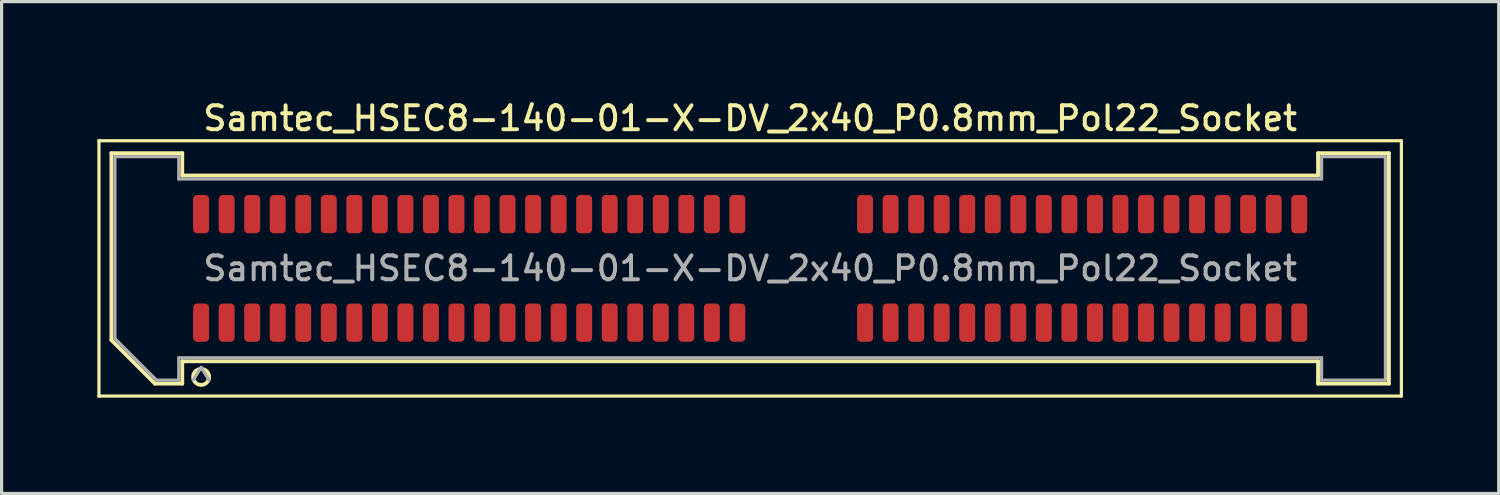
<source format=kicad_pcb>
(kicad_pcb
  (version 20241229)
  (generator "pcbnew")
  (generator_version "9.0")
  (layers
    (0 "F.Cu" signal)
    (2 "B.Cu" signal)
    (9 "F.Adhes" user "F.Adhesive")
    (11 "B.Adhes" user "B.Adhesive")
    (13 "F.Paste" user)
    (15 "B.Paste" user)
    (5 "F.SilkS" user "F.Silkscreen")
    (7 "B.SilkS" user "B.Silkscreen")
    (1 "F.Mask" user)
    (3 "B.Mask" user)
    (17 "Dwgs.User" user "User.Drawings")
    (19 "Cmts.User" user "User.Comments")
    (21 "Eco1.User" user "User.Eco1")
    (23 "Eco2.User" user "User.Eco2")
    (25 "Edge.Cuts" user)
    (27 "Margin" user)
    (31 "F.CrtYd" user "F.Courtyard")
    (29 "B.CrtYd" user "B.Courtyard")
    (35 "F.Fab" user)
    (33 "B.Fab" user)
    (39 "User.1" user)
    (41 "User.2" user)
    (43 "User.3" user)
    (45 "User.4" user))
  (footprint "Samtec_HSEC8-140-01-X-DV_2x40_P0.8mm_Pol22_Socket"
    (layer "F.Cu")
    (at 20.45 5.358)
    (property "Reference" "Samtec_HSEC8-140-01-X-DV_2x40_P0.8mm_Pol22_Socket" (at 0 -4.7 0) (layer "F.SilkS") (effects (font (size 0.75 0.75) (thickness 0.125))))
    (attr smd)
    (fp_line (start -20.4 -4) (end -20.4 4) (stroke (width 0.1) (type solid)) (layer "F.SilkS"))
    (fp_line (start -20.4 4) (end 20.4 4) (stroke (width 0.1) (type solid)) (layer "F.SilkS"))
    (fp_line (start -20.01 -3.61) (end -17.79 -3.61) (stroke (width 0.12) (type solid)) (layer "F.SilkS"))
    (fp_line (start -20.01 2.246) (end -20.01 -3.61) (stroke (width 0.12) (type solid)) (layer "F.SilkS"))
    (fp_line (start -18.646 3.61) (end -20.01 2.246) (stroke (width 0.12) (type solid)) (layer "F.SilkS"))
    (fp_line (start -17.79 -3.61) (end -17.79 -2.91) (stroke (width 0.12) (type solid)) (layer "F.SilkS"))
    (fp_line (start -17.79 -2.91) (end 17.79 -2.91) (stroke (width 0.12) (type solid)) (layer "F.SilkS"))
    (fp_line (start -17.79 2.91) (end -17.79 3.61) (stroke (width 0.12) (type solid)) (layer "F.SilkS"))
    (fp_line (start -17.79 3.61) (end -18.646 3.61) (stroke (width 0.12) (type solid)) (layer "F.SilkS"))
    (fp_line (start 17.79 -3.61) (end 20.01 -3.61) (stroke (width 0.12) (type solid)) (layer "F.SilkS"))
    (fp_line (start 17.79 -2.91) (end 17.79 -3.61) (stroke (width 0.12) (type solid)) (layer "F.SilkS"))
    (fp_line (start 17.79 2.91) (end -17.79 2.91) (stroke (width 0.12) (type solid)) (layer "F.SilkS"))
    (fp_line (start 17.79 3.61) (end 17.79 2.91) (stroke (width 0.12) (type solid)) (layer "F.SilkS"))
    (fp_line (start 20.01 -3.61) (end 20.01 3.61) (stroke (width 0.12) (type solid)) (layer "F.SilkS"))
    (fp_line (start 20.01 3.61) (end 17.79 3.61) (stroke (width 0.12) (type solid)) (layer "F.SilkS"))
    (fp_line (start 20.4 -4) (end -20.4 -4) (stroke (width 0.1) (type solid)) (layer "F.SilkS"))
    (fp_line (start 20.4 4) (end 20.4 -4) (stroke (width 0.1) (type solid)) (layer "F.SilkS"))
    (fp_arc (start -16.95 3.4) (mid -17.45 3.4) (end -16.95 3.4) (stroke (width 0.12) (type solid)) (layer "F.SilkS"))
    (fp_line (start -19.9 -3.5) (end -17.9 -3.5) (stroke (width 0.1) (type solid)) (layer "F.Fab"))
    (fp_line (start -19.9 2.2) (end -19.9 -3.5) (stroke (width 0.1) (type solid)) (layer "F.Fab"))
    (fp_line (start -18.6 3.5) (end -19.9 2.2) (stroke (width 0.1) (type solid)) (layer "F.Fab"))
    (fp_line (start -17.9 -3.5) (end -17.9 -2.8) (stroke (width 0.1) (type solid)) (layer "F.Fab"))
    (fp_line (start -17.9 -2.8) (end 17.9 -2.8) (stroke (width 0.1) (type solid)) (layer "F.Fab"))
    (fp_line (start -17.9 2.8) (end -17.9 3.5) (stroke (width 0.1) (type solid)) (layer "F.Fab"))
    (fp_line (start -17.9 3.5) (end -18.6 3.5) (stroke (width 0.1) (type solid)) (layer "F.Fab"))
    (fp_line (start -17.2 3.1) (end -17.45 3.5) (stroke (width 0.1) (type solid)) (layer "F.Fab"))
    (fp_line (start -17.2 3.1) (end -16.95 3.5) (stroke (width 0.1) (type solid)) (layer "F.Fab"))
    (fp_line (start 17.9 -3.5) (end 19.9 -3.5) (stroke (width 0.1) (type solid)) (layer "F.Fab"))
    (fp_line (start 17.9 -2.8) (end 17.9 -3.5) (stroke (width 0.1) (type solid)) (layer "F.Fab"))
    (fp_line (start 17.9 2.8) (end -17.9 2.8) (stroke (width 0.1) (type solid)) (layer "F.Fab"))
    (fp_line (start 17.9 3.5) (end 17.9 2.8) (stroke (width 0.1) (type solid)) (layer "F.Fab"))
    (fp_line (start 19.9 -3.5) (end 19.9 3.5) (stroke (width 0.1) (type solid)) (layer "F.Fab"))
    (fp_line (start 19.9 3.5) (end 17.9 3.5) (stroke (width 0.1) (type solid)) (layer "F.Fab"))
    (fp_text user "${REFERENCE}" (at 0 0 0) (layer "F.Fab") (effects (font (size 0.75 0.75) (thickness 0.125))))
    (pad "1" smd roundrect (at -17.2 1.7) (size 0.5 1.2) (layers "F.Cu" "F.Mask" "F.Paste") (roundrect_rratio 0.25))
    (pad "2" smd roundrect (at -17.2 -1.7) (size 0.5 1.2) (layers "F.Cu" "F.Mask" "F.Paste") (roundrect_rratio 0.25))
    (pad "3" smd roundrect (at -16.4 1.7) (size 0.5 1.2) (layers "F.Cu" "F.Mask" "F.Paste") (roundrect_rratio 0.25))
    (pad "4" smd roundrect (at -16.4 -1.7) (size 0.5 1.2) (layers "F.Cu" "F.Mask" "F.Paste") (roundrect_rratio 0.25))
    (pad "5" smd roundrect (at -15.6 1.7) (size 0.5 1.2) (layers "F.Cu" "F.Mask" "F.Paste") (roundrect_rratio 0.25))
    (pad "6" smd roundrect (at -15.6 -1.7) (size 0.5 1.2) (layers "F.Cu" "F.Mask" "F.Paste") (roundrect_rratio 0.25))
    (pad "7" smd roundrect (at -14.8 1.7) (size 0.5 1.2) (layers "F.Cu" "F.Mask" "F.Paste") (roundrect_rratio 0.25))
    (pad "8" smd roundrect (at -14.8 -1.7) (size 0.5 1.2) (layers "F.Cu" "F.Mask" "F.Paste") (roundrect_rratio 0.25))
    (pad "9" smd roundrect (at -14 1.7) (size 0.5 1.2) (layers "F.Cu" "F.Mask" "F.Paste") (roundrect_rratio 0.25))
    (pad "10" smd roundrect (at -14 -1.7) (size 0.5 1.2) (layers "F.Cu" "F.Mask" "F.Paste") (roundrect_rratio 0.25))
    (pad "11" smd roundrect (at -13.2 1.7) (size 0.5 1.2) (layers "F.Cu" "F.Mask" "F.Paste") (roundrect_rratio 0.25))
    (pad "12" smd roundrect (at -13.2 -1.7) (size 0.5 1.2) (layers "F.Cu" "F.Mask" "F.Paste") (roundrect_rratio 0.25))
    (pad "13" smd roundrect (at -12.4 1.7) (size 0.5 1.2) (layers "F.Cu" "F.Mask" "F.Paste") (roundrect_rratio 0.25))
    (pad "14" smd roundrect (at -12.4 -1.7) (size 0.5 1.2) (layers "F.Cu" "F.Mask" "F.Paste") (roundrect_rratio 0.25))
    (pad "15" smd roundrect (at -11.6 1.7) (size 0.5 1.2) (layers "F.Cu" "F.Mask" "F.Paste") (roundrect_rratio 0.25))
    (pad "16" smd roundrect (at -11.6 -1.7) (size 0.5 1.2) (layers "F.Cu" "F.Mask" "F.Paste") (roundrect_rratio 0.25))
    (pad "17" smd roundrect (at -10.8 1.7) (size 0.5 1.2) (layers "F.Cu" "F.Mask" "F.Paste") (roundrect_rratio 0.25))
    (pad "18" smd roundrect (at -10.8 -1.7) (size 0.5 1.2) (layers "F.Cu" "F.Mask" "F.Paste") (roundrect_rratio 0.25))
    (pad "19" smd roundrect (at -10 1.7) (size 0.5 1.2) (layers "F.Cu" "F.Mask" "F.Paste") (roundrect_rratio 0.25))
    (pad "20" smd roundrect (at -10 -1.7) (size 0.5 1.2) (layers "F.Cu" "F.Mask" "F.Paste") (roundrect_rratio 0.25))
    (pad "21" smd roundrect (at -9.2 1.7) (size 0.5 1.2) (layers "F.Cu" "F.Mask" "F.Paste") (roundrect_rratio 0.25))
    (pad "22" smd roundrect (at -9.2 -1.7) (size 0.5 1.2) (layers "F.Cu" "F.Mask" "F.Paste") (roundrect_rratio 0.25))
    (pad "23" smd roundrect (at -8.4 1.7) (size 0.5 1.2) (layers "F.Cu" "F.Mask" "F.Paste") (roundrect_rratio 0.25))
    (pad "24" smd roundrect (at -8.4 -1.7) (size 0.5 1.2) (layers "F.Cu" "F.Mask" "F.Paste") (roundrect_rratio 0.25))
    (pad "25" smd roundrect (at -7.6 1.7) (size 0.5 1.2) (layers "F.Cu" "F.Mask" "F.Paste") (roundrect_rratio 0.25))
    (pad "26" smd roundrect (at -7.6 -1.7) (size 0.5 1.2) (layers "F.Cu" "F.Mask" "F.Paste") (roundrect_rratio 0.25))
    (pad "27" smd roundrect (at -6.8 1.7) (size 0.5 1.2) (layers "F.Cu" "F.Mask" "F.Paste") (roundrect_rratio 0.25))
    (pad "28" smd roundrect (at -6.8 -1.7) (size 0.5 1.2) (layers "F.Cu" "F.Mask" "F.Paste") (roundrect_rratio 0.25))
    (pad "29" smd roundrect (at -6 1.7) (size 0.5 1.2) (layers "F.Cu" "F.Mask" "F.Paste") (roundrect_rratio 0.25))
    (pad "30" smd roundrect (at -6 -1.7) (size 0.5 1.2) (layers "F.Cu" "F.Mask" "F.Paste") (roundrect_rratio 0.25))
    (pad "31" smd roundrect (at -5.2 1.7) (size 0.5 1.2) (layers "F.Cu" "F.Mask" "F.Paste") (roundrect_rratio 0.25))
    (pad "32" smd roundrect (at -5.2 -1.7) (size 0.5 1.2) (layers "F.Cu" "F.Mask" "F.Paste") (roundrect_rratio 0.25))
    (pad "33" smd roundrect (at -4.4 1.7) (size 0.5 1.2) (layers "F.Cu" "F.Mask" "F.Paste") (roundrect_rratio 0.25))
    (pad "34" smd roundrect (at -4.4 -1.7) (size 0.5 1.2) (layers "F.Cu" "F.Mask" "F.Paste") (roundrect_rratio 0.25))
    (pad "35" smd roundrect (at -3.6 1.7) (size 0.5 1.2) (layers "F.Cu" "F.Mask" "F.Paste") (roundrect_rratio 0.25))
    (pad "36" smd roundrect (at -3.6 -1.7) (size 0.5 1.2) (layers "F.Cu" "F.Mask" "F.Paste") (roundrect_rratio 0.25))
    (pad "37" smd roundrect (at -2.8 1.7) (size 0.5 1.2) (layers "F.Cu" "F.Mask" "F.Paste") (roundrect_rratio 0.25))
    (pad "38" smd roundrect (at -2.8 -1.7) (size 0.5 1.2) (layers "F.Cu" "F.Mask" "F.Paste") (roundrect_rratio 0.25))
    (pad "39" smd roundrect (at -2 1.7) (size 0.5 1.2) (layers "F.Cu" "F.Mask" "F.Paste") (roundrect_rratio 0.25))
    (pad "40" smd roundrect (at -2 -1.7) (size 0.5 1.2) (layers "F.Cu" "F.Mask" "F.Paste") (roundrect_rratio 0.25))
    (pad "41" smd roundrect (at -1.2 1.7) (size 0.5 1.2) (layers "F.Cu" "F.Mask" "F.Paste") (roundrect_rratio 0.25))
    (pad "42" smd roundrect (at -1.2 -1.7) (size 0.5 1.2) (layers "F.Cu" "F.Mask" "F.Paste") (roundrect_rratio 0.25))
    (pad "43" smd roundrect (at -0.4 1.7) (size 0.5 1.2) (layers "F.Cu" "F.Mask" "F.Paste") (roundrect_rratio 0.25))
    (pad "44" smd roundrect (at -0.4 -1.7) (size 0.5 1.2) (layers "F.Cu" "F.Mask" "F.Paste") (roundrect_rratio 0.25))
    (pad "45" smd roundrect (at 3.6 1.7) (size 0.5 1.2) (layers "F.Cu" "F.Mask" "F.Paste") (roundrect_rratio 0.25))
    (pad "46" smd roundrect (at 3.6 -1.7) (size 0.5 1.2) (layers "F.Cu" "F.Mask" "F.Paste") (roundrect_rratio 0.25))
    (pad "47" smd roundrect (at 4.4 1.7) (size 0.5 1.2) (layers "F.Cu" "F.Mask" "F.Paste") (roundrect_rratio 0.25))
    (pad "48" smd roundrect (at 4.4 -1.7) (size 0.5 1.2) (layers "F.Cu" "F.Mask" "F.Paste") (roundrect_rratio 0.25))
    (pad "49" smd roundrect (at 5.2 1.7) (size 0.5 1.2) (layers "F.Cu" "F.Mask" "F.Paste") (roundrect_rratio 0.25))
    (pad "50" smd roundrect (at 5.2 -1.7) (size 0.5 1.2) (layers "F.Cu" "F.Mask" "F.Paste") (roundrect_rratio 0.25))
    (pad "51" smd roundrect (at 6 1.7) (size 0.5 1.2) (layers "F.Cu" "F.Mask" "F.Paste") (roundrect_rratio 0.25))
    (pad "52" smd roundrect (at 6 -1.7) (size 0.5 1.2) (layers "F.Cu" "F.Mask" "F.Paste") (roundrect_rratio 0.25))
    (pad "53" smd roundrect (at 6.8 1.7) (size 0.5 1.2) (layers "F.Cu" "F.Mask" "F.Paste") (roundrect_rratio 0.25))
    (pad "54" smd roundrect (at 6.8 -1.7) (size 0.5 1.2) (layers "F.Cu" "F.Mask" "F.Paste") (roundrect_rratio 0.25))
    (pad "55" smd roundrect (at 7.6 1.7) (size 0.5 1.2) (layers "F.Cu" "F.Mask" "F.Paste") (roundrect_rratio 0.25))
    (pad "56" smd roundrect (at 7.6 -1.7) (size 0.5 1.2) (layers "F.Cu" "F.Mask" "F.Paste") (roundrect_rratio 0.25))
    (pad "57" smd roundrect (at 8.4 1.7) (size 0.5 1.2) (layers "F.Cu" "F.Mask" "F.Paste") (roundrect_rratio 0.25))
    (pad "58" smd roundrect (at 8.4 -1.7) (size 0.5 1.2) (layers "F.Cu" "F.Mask" "F.Paste") (roundrect_rratio 0.25))
    (pad "59" smd roundrect (at 9.2 1.7) (size 0.5 1.2) (layers "F.Cu" "F.Mask" "F.Paste") (roundrect_rratio 0.25))
    (pad "60" smd roundrect (at 9.2 -1.7) (size 0.5 1.2) (layers "F.Cu" "F.Mask" "F.Paste") (roundrect_rratio 0.25))
    (pad "61" smd roundrect (at 10 1.7) (size 0.5 1.2) (layers "F.Cu" "F.Mask" "F.Paste") (roundrect_rratio 0.25))
    (pad "62" smd roundrect (at 10 -1.7) (size 0.5 1.2) (layers "F.Cu" "F.Mask" "F.Paste") (roundrect_rratio 0.25))
    (pad "63" smd roundrect (at 10.8 1.7) (size 0.5 1.2) (layers "F.Cu" "F.Mask" "F.Paste") (roundrect_rratio 0.25))
    (pad "64" smd roundrect (at 10.8 -1.7) (size 0.5 1.2) (layers "F.Cu" "F.Mask" "F.Paste") (roundrect_rratio 0.25))
    (pad "65" smd roundrect (at 11.6 1.7) (size 0.5 1.2) (layers "F.Cu" "F.Mask" "F.Paste") (roundrect_rratio 0.25))
    (pad "66" smd roundrect (at 11.6 -1.7) (size 0.5 1.2) (layers "F.Cu" "F.Mask" "F.Paste") (roundrect_rratio 0.25))
    (pad "67" smd roundrect (at 12.4 1.7) (size 0.5 1.2) (layers "F.Cu" "F.Mask" "F.Paste") (roundrect_rratio 0.25))
    (pad "68" smd roundrect (at 12.4 -1.7) (size 0.5 1.2) (layers "F.Cu" "F.Mask" "F.Paste") (roundrect_rratio 0.25))
    (pad "69" smd roundrect (at 13.2 1.7) (size 0.5 1.2) (layers "F.Cu" "F.Mask" "F.Paste") (roundrect_rratio 0.25))
    (pad "70" smd roundrect (at 13.2 -1.7) (size 0.5 1.2) (layers "F.Cu" "F.Mask" "F.Paste") (roundrect_rratio 0.25))
    (pad "71" smd roundrect (at 14 1.7) (size 0.5 1.2) (layers "F.Cu" "F.Mask" "F.Paste") (roundrect_rratio 0.25))
    (pad "72" smd roundrect (at 14 -1.7) (size 0.5 1.2) (layers "F.Cu" "F.Mask" "F.Paste") (roundrect_rratio 0.25))
    (pad "73" smd roundrect (at 14.8 1.7) (size 0.5 1.2) (layers "F.Cu" "F.Mask" "F.Paste") (roundrect_rratio 0.25))
    (pad "74" smd roundrect (at 14.8 -1.7) (size 0.5 1.2) (layers "F.Cu" "F.Mask" "F.Paste") (roundrect_rratio 0.25))
    (pad "75" smd roundrect (at 15.6 1.7) (size 0.5 1.2) (layers "F.Cu" "F.Mask" "F.Paste") (roundrect_rratio 0.25))
    (pad "76" smd roundrect (at 15.6 -1.7) (size 0.5 1.2) (layers "F.Cu" "F.Mask" "F.Paste") (roundrect_rratio 0.25))
    (pad "77" smd roundrect (at 16.4 1.7) (size 0.5 1.2) (layers "F.Cu" "F.Mask" "F.Paste") (roundrect_rratio 0.25))
    (pad "78" smd roundrect (at 16.4 -1.7) (size 0.5 1.2) (layers "F.Cu" "F.Mask" "F.Paste") (roundrect_rratio 0.25))
    (pad "79" smd roundrect (at 17.2 1.7) (size 0.5 1.2) (layers "F.Cu" "F.Mask" "F.Paste") (roundrect_rratio 0.25))
    (pad "80" smd roundrect (at 17.2 -1.7) (size 0.5 1.2) (layers "F.Cu" "F.Mask" "F.Paste") (roundrect_rratio 0.25)))
  (gr_rect
    (start -3 -3)
    (end 43.9 12.408)
    (stroke (width 0.1) (type default))
    (fill no)
    (layer "Edge.Cuts")))
</source>
